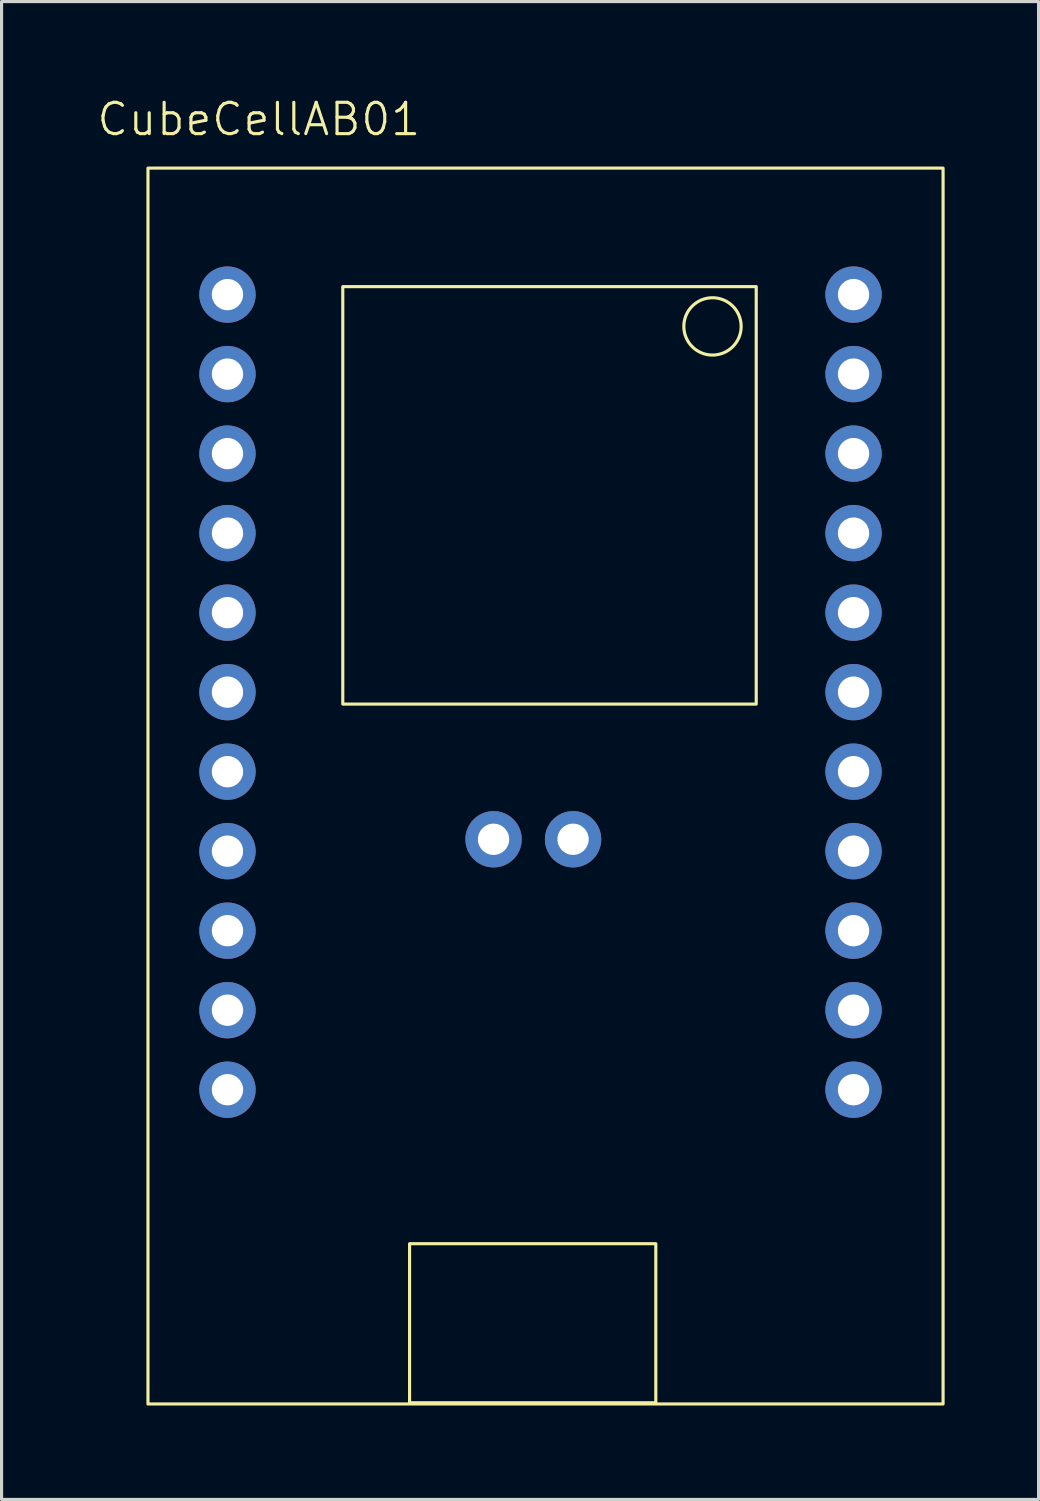
<source format=kicad_pcb>
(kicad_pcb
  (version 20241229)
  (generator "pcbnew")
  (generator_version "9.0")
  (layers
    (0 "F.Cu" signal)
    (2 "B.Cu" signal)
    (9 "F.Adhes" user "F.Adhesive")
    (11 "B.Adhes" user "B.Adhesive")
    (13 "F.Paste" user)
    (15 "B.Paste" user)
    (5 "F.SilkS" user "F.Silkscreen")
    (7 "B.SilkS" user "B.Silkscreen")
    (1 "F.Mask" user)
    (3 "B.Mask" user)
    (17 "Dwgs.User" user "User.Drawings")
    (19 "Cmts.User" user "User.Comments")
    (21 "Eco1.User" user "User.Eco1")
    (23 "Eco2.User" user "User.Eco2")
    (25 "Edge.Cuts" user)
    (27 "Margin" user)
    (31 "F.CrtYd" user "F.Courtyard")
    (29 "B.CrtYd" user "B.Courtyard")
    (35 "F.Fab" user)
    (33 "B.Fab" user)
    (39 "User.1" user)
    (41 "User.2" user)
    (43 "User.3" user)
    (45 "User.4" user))
  (footprint "CubeCellAB01"
    (layer "F.Cu")
    (at 4.217 31.761)
    (property "Reference" "CubeCellAB01" (at 1 -31 0) (unlocked yes) (layer "F.SilkS") (effects (font (size 1 1) (thickness 0.1))))
    (attr through_hole)
    (fp_rect (start -2.54 -29.44) (end 22.86 10.04) (stroke (width 0.1) (type default)) (fill no) (layer "F.SilkS"))
    (fp_rect (start 3.683 -25.654) (end 16.891 -12.319) (stroke (width 0.1) (type default)) (fill no) (layer "F.SilkS"))
    (fp_rect (start 5.817 4.92) (end 13.683 10) (stroke (width 0.1) (type default)) (fill no) (layer "F.SilkS"))
    (fp_circle (center 15.494 -24.384) (end 16.256 -24.892) (stroke (width 0.1) (type default)) (fill no) (layer "F.SilkS"))
    (pad "P11" thru_hole circle (at 8.5 -8) (size 1.8 1.8) (drill 1) (layers "*.Cu" "*.Mask"))
    (pad "P12" thru_hole circle (at 11.04 -8) (size 1.8 1.8) (drill 1) (layers "*.Cu" "*.Mask"))
    (pad "P21" thru_hole circle (at 20 0) (size 1.8 1.8) (drill 1) (layers "*.Cu" "*.Mask"))
    (pad "P22" thru_hole circle (at 20 -2.54) (size 1.8 1.8) (drill 1) (layers "*.Cu" "*.Mask"))
    (pad "P23" thru_hole circle (at 20 -5.08) (size 1.8 1.8) (drill 1) (layers "*.Cu" "*.Mask"))
    (pad "P24" thru_hole circle (at 20 -7.62) (size 1.8 1.8) (drill 1) (layers "*.Cu" "*.Mask" "B.Paste"))
    (pad "P25" thru_hole circle (at 20 -10.16) (size 1.8 1.8) (drill 1) (layers "*.Cu" "*.Mask"))
    (pad "P26" thru_hole circle (at 20 -12.7) (size 1.8 1.8) (drill 1) (layers "*.Cu" "*.Mask"))
    (pad "P27" thru_hole circle (at 20 -15.24) (size 1.8 1.8) (drill 1) (layers "*.Cu" "*.Mask"))
    (pad "P28" thru_hole circle (at 20 -17.78) (size 1.8 1.8) (drill 1) (layers "*.Cu" "*.Mask"))
    (pad "P29" thru_hole circle (at 20 -20.32) (size 1.8 1.8) (drill 1) (layers "*.Cu" "*.Mask"))
    (pad "P31" thru_hole circle (at 0 0) (size 1.8 1.8) (drill 1) (layers "*.Cu" "*.Mask"))
    (pad "P32" thru_hole circle (at 0 -2.54) (size 1.8 1.8) (drill 1) (layers "*.Cu" "*.Mask"))
    (pad "P33" thru_hole circle (at 0 -5.08) (size 1.8 1.8) (drill 1) (layers "*.Cu" "*.Mask"))
    (pad "P34" thru_hole circle (at 0 -7.62) (size 1.8 1.8) (drill 1) (layers "*.Cu" "*.Mask" "B.Paste"))
    (pad "P35" thru_hole circle (at 0 -10.16) (size 1.8 1.8) (drill 1) (layers "*.Cu" "*.Mask"))
    (pad "P36" thru_hole circle (at 0 -12.7) (size 1.8 1.8) (drill 1) (layers "*.Cu" "*.Mask"))
    (pad "P37" thru_hole circle (at 0 -15.24) (size 1.8 1.8) (drill 1) (layers "*.Cu" "*.Mask"))
    (pad "P38" thru_hole circle (at 0 -17.78) (size 1.8 1.8) (drill 1) (layers "*.Cu" "*.Mask"))
    (pad "P39" thru_hole circle (at 0 -20.32) (size 1.8 1.8) (drill 1) (layers "*.Cu" "*.Mask"))
    (pad "P210" thru_hole circle (at 20 -22.86) (size 1.8 1.8) (drill 1) (layers "*.Cu" "*.Mask"))
    (pad "P211" thru_hole circle (at 20 -25.4) (size 1.8 1.8) (drill 1) (layers "*.Cu" "*.Mask"))
    (pad "P310" thru_hole circle (at 0 -22.86) (size 1.8 1.8) (drill 1) (layers "*.Cu" "*.Mask"))
    (pad "P311" thru_hole circle (at 0 -25.4) (size 1.8 1.8) (drill 1) (layers "*.Cu" "*.Mask")))
  (gr_rect
    (start -3 -3)
    (end 30.127 44.85)
    (stroke (width 0.1) (type default))
    (fill no)
    (layer "Edge.Cuts")))
</source>
